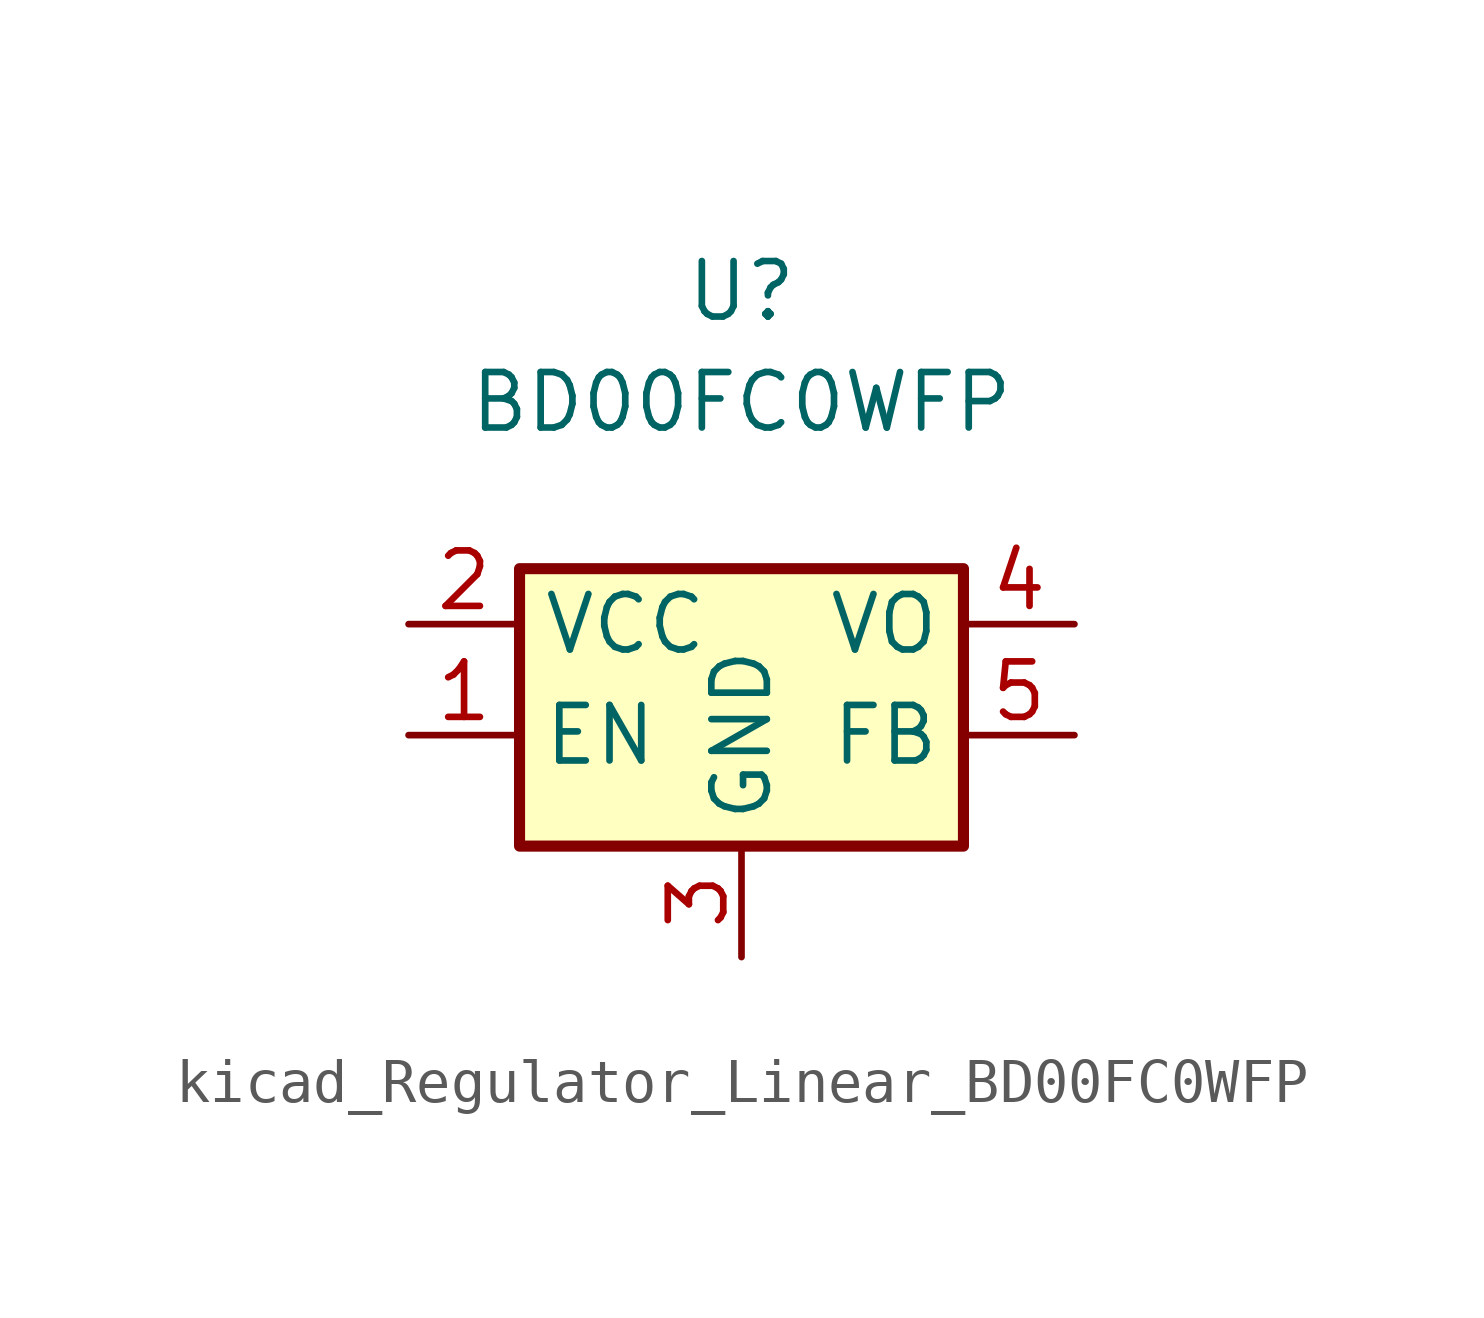
<source format=kicad_sym>
(kicad_symbol_lib
  (version 20220914)
  (generator kicad_symbol_editor)
  (symbol "kicad_Regulator_Linear_BD00FC0WFP"
    (property "Reference" "U"
      (at 0 7.62 0)
      (effects (font (size 1.27 1.27))))
    (property "Value" "BD00FC0WFP"
      (at 0 5.08 0)
      (effects (font (size 1.27 1.27))))
    (symbol "kicad_Regulator_Linear_BD00FC0WFP_1_1"
      (rectangle (start -5.08 -5.08) (end 5.08 1.27) (stroke (width 0.254) (type default)) (fill (type background)))
      (pin input line (at -7.62 -2.54 0) (length 2.54) (name "EN" (effects (font (size 1.27 1.27)))) (number "1" (effects (font (size 1.27 1.27)))))
      (pin power_in line (at -7.62 0 0) (length 2.54) (name "VCC" (effects (font (size 1.27 1.27)))) (number "2" (effects (font (size 1.27 1.27)))))
      (pin power_in line (at 0 -7.62 90) (length 2.54) (name "GND" (effects (font (size 1.27 1.27)))) (number "3" (effects (font (size 1.27 1.27)))))
      (pin power_out line (at 7.62 0 180) (length 2.54) (name "VO" (effects (font (size 1.27 1.27)))) (number "4" (effects (font (size 1.27 1.27)))))
      (pin input line (at 7.62 -2.54 180) (length 2.54) (name "FB" (effects (font (size 1.27 1.27)))) (number "5" (effects (font (size 1.27 1.27))))))))
</source>
